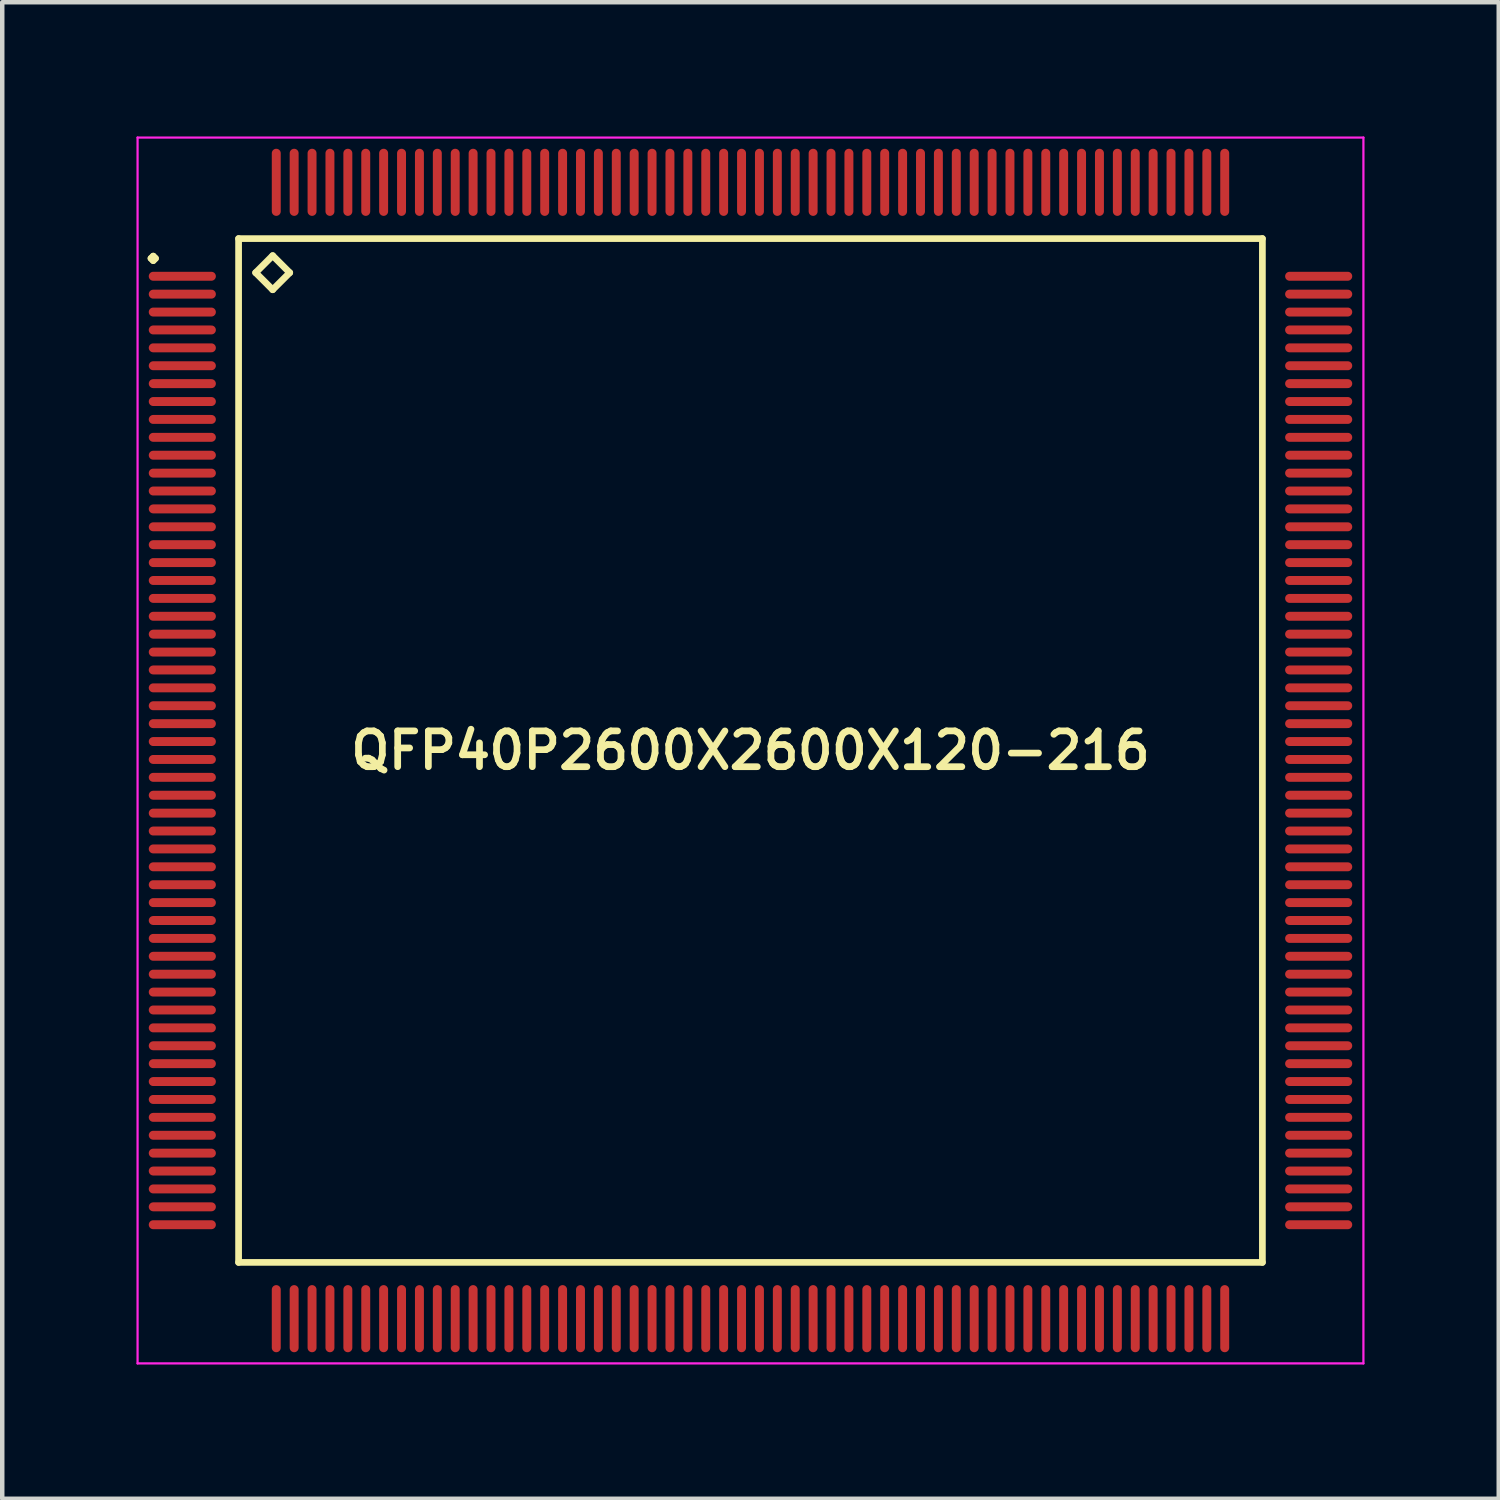
<source format=kicad_pcb>
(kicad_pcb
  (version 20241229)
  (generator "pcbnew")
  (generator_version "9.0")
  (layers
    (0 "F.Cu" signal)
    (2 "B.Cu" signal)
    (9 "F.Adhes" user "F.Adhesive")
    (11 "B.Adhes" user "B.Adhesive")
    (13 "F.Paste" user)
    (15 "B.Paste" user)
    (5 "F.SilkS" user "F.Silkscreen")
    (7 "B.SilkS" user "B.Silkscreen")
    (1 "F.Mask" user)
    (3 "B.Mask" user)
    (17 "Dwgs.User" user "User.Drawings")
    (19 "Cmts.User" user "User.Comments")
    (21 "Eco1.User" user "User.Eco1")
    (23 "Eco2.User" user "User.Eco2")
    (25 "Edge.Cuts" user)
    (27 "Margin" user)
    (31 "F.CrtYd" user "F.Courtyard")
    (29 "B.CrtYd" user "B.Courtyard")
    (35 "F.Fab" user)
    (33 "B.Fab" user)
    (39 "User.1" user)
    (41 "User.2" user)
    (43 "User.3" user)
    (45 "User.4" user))
  (footprint "QFP40P2600X2600X120-216"
    (layer "F.Cu")
    (at 13.725 13.725)
    (property "Reference" "QFP40P2600X2600X120-216" (at 0 0 0) (layer "F.SilkS") (effects (font (size 0.8 0.8) (thickness 0.15))))
    (attr smd)
    (fp_line (start -13.4 -11) (end -13.35 -11.05) (stroke (width 0.15) (type solid)) (layer "F.SilkS"))
    (fp_line (start -13.35 -11.05) (end -13.3 -11) (stroke (width 0.15) (type solid)) (layer "F.SilkS"))
    (fp_line (start -13.35 -10.95) (end -13.4 -11) (stroke (width 0.15) (type solid)) (layer "F.SilkS"))
    (fp_line (start -13.3 -11) (end -13.35 -10.95) (stroke (width 0.15) (type solid)) (layer "F.SilkS"))
    (fp_line (start -11.442 -11.442) (end -11.442 11.442) (stroke (width 0.15) (type solid)) (layer "F.SilkS"))
    (fp_line (start -11.442 11.442) (end 11.442 11.442) (stroke (width 0.15) (type solid)) (layer "F.SilkS"))
    (fp_line (start -11.061 -10.68) (end -10.68 -11.061) (stroke (width 0.15) (type solid)) (layer "F.SilkS"))
    (fp_line (start -10.68 -11.061) (end -10.299 -10.68) (stroke (width 0.15) (type solid)) (layer "F.SilkS"))
    (fp_line (start -10.68 -10.299) (end -11.061 -10.68) (stroke (width 0.15) (type solid)) (layer "F.SilkS"))
    (fp_line (start -10.299 -10.68) (end -10.68 -10.299) (stroke (width 0.15) (type solid)) (layer "F.SilkS"))
    (fp_line (start 11.442 -11.442) (end -11.442 -11.442) (stroke (width 0.15) (type solid)) (layer "F.SilkS"))
    (fp_line (start 11.442 11.442) (end 11.442 -11.442) (stroke (width 0.15) (type solid)) (layer "F.SilkS"))
    (fp_line (start -13.7 -13.7) (end 13.7 -13.7) (stroke (width 0.05) (type solid)) (layer "F.CrtYd"))
    (fp_line (start -13.7 13.7) (end -13.7 -13.7) (stroke (width 0.05) (type solid)) (layer "F.CrtYd"))
    (fp_line (start 13.7 -13.7) (end 13.7 13.7) (stroke (width 0.05) (type solid)) (layer "F.CrtYd"))
    (fp_line (start 13.7 13.7) (end -13.7 13.7) (stroke (width 0.05) (type solid)) (layer "F.CrtYd"))
    (pad "1" smd oval (at -12.7 -10.6) (size 1.5 0.2) (layers "F.Cu" "F.Mask" "F.Paste"))
    (pad "2" smd oval (at -12.7 -10.2) (size 1.5 0.2) (layers "F.Cu" "F.Mask" "F.Paste"))
    (pad "3" smd oval (at -12.7 -9.8) (size 1.5 0.2) (layers "F.Cu" "F.Mask" "F.Paste"))
    (pad "4" smd oval (at -12.7 -9.4) (size 1.5 0.2) (layers "F.Cu" "F.Mask" "F.Paste"))
    (pad "5" smd oval (at -12.7 -9) (size 1.5 0.2) (layers "F.Cu" "F.Mask" "F.Paste"))
    (pad "6" smd oval (at -12.7 -8.6) (size 1.5 0.2) (layers "F.Cu" "F.Mask" "F.Paste"))
    (pad "7" smd oval (at -12.7 -8.2) (size 1.5 0.2) (layers "F.Cu" "F.Mask" "F.Paste"))
    (pad "8" smd oval (at -12.7 -7.8) (size 1.5 0.2) (layers "F.Cu" "F.Mask" "F.Paste"))
    (pad "9" smd oval (at -12.7 -7.4) (size 1.5 0.2) (layers "F.Cu" "F.Mask" "F.Paste"))
    (pad "10" smd oval (at -12.7 -7) (size 1.5 0.2) (layers "F.Cu" "F.Mask" "F.Paste"))
    (pad "11" smd oval (at -12.7 -6.6) (size 1.5 0.2) (layers "F.Cu" "F.Mask" "F.Paste"))
    (pad "12" smd oval (at -12.7 -6.2) (size 1.5 0.2) (layers "F.Cu" "F.Mask" "F.Paste"))
    (pad "13" smd oval (at -12.7 -5.8) (size 1.5 0.2) (layers "F.Cu" "F.Mask" "F.Paste"))
    (pad "14" smd oval (at -12.7 -5.4) (size 1.5 0.2) (layers "F.Cu" "F.Mask" "F.Paste"))
    (pad "15" smd oval (at -12.7 -5) (size 1.5 0.2) (layers "F.Cu" "F.Mask" "F.Paste"))
    (pad "16" smd oval (at -12.7 -4.6) (size 1.5 0.2) (layers "F.Cu" "F.Mask" "F.Paste"))
    (pad "17" smd oval (at -12.7 -4.2) (size 1.5 0.2) (layers "F.Cu" "F.Mask" "F.Paste"))
    (pad "18" smd oval (at -12.7 -3.8) (size 1.5 0.2) (layers "F.Cu" "F.Mask" "F.Paste"))
    (pad "19" smd oval (at -12.7 -3.4) (size 1.5 0.2) (layers "F.Cu" "F.Mask" "F.Paste"))
    (pad "20" smd oval (at -12.7 -3) (size 1.5 0.2) (layers "F.Cu" "F.Mask" "F.Paste"))
    (pad "21" smd oval (at -12.7 -2.6) (size 1.5 0.2) (layers "F.Cu" "F.Mask" "F.Paste"))
    (pad "22" smd oval (at -12.7 -2.2) (size 1.5 0.2) (layers "F.Cu" "F.Mask" "F.Paste"))
    (pad "23" smd oval (at -12.7 -1.8) (size 1.5 0.2) (layers "F.Cu" "F.Mask" "F.Paste"))
    (pad "24" smd oval (at -12.7 -1.4) (size 1.5 0.2) (layers "F.Cu" "F.Mask" "F.Paste"))
    (pad "25" smd oval (at -12.7 -1) (size 1.5 0.2) (layers "F.Cu" "F.Mask" "F.Paste"))
    (pad "26" smd oval (at -12.7 -0.6) (size 1.5 0.2) (layers "F.Cu" "F.Mask" "F.Paste"))
    (pad "27" smd oval (at -12.7 -0.2) (size 1.5 0.2) (layers "F.Cu" "F.Mask" "F.Paste"))
    (pad "28" smd oval (at -12.7 0.2) (size 1.5 0.2) (layers "F.Cu" "F.Mask" "F.Paste"))
    (pad "29" smd oval (at -12.7 0.6) (size 1.5 0.2) (layers "F.Cu" "F.Mask" "F.Paste"))
    (pad "30" smd oval (at -12.7 1) (size 1.5 0.2) (layers "F.Cu" "F.Mask" "F.Paste"))
    (pad "31" smd oval (at -12.7 1.4) (size 1.5 0.2) (layers "F.Cu" "F.Mask" "F.Paste"))
    (pad "32" smd oval (at -12.7 1.8) (size 1.5 0.2) (layers "F.Cu" "F.Mask" "F.Paste"))
    (pad "33" smd oval (at -12.7 2.2) (size 1.5 0.2) (layers "F.Cu" "F.Mask" "F.Paste"))
    (pad "34" smd oval (at -12.7 2.6) (size 1.5 0.2) (layers "F.Cu" "F.Mask" "F.Paste"))
    (pad "35" smd oval (at -12.7 3) (size 1.5 0.2) (layers "F.Cu" "F.Mask" "F.Paste"))
    (pad "36" smd oval (at -12.7 3.4) (size 1.5 0.2) (layers "F.Cu" "F.Mask" "F.Paste"))
    (pad "37" smd oval (at -12.7 3.8) (size 1.5 0.2) (layers "F.Cu" "F.Mask" "F.Paste"))
    (pad "38" smd oval (at -12.7 4.2) (size 1.5 0.2) (layers "F.Cu" "F.Mask" "F.Paste"))
    (pad "39" smd oval (at -12.7 4.6) (size 1.5 0.2) (layers "F.Cu" "F.Mask" "F.Paste"))
    (pad "40" smd oval (at -12.7 5) (size 1.5 0.2) (layers "F.Cu" "F.Mask" "F.Paste"))
    (pad "41" smd oval (at -12.7 5.4) (size 1.5 0.2) (layers "F.Cu" "F.Mask" "F.Paste"))
    (pad "42" smd oval (at -12.7 5.8) (size 1.5 0.2) (layers "F.Cu" "F.Mask" "F.Paste"))
    (pad "43" smd oval (at -12.7 6.2) (size 1.5 0.2) (layers "F.Cu" "F.Mask" "F.Paste"))
    (pad "44" smd oval (at -12.7 6.6) (size 1.5 0.2) (layers "F.Cu" "F.Mask" "F.Paste"))
    (pad "45" smd oval (at -12.7 7) (size 1.5 0.2) (layers "F.Cu" "F.Mask" "F.Paste"))
    (pad "46" smd oval (at -12.7 7.4) (size 1.5 0.2) (layers "F.Cu" "F.Mask" "F.Paste"))
    (pad "47" smd oval (at -12.7 7.8) (size 1.5 0.2) (layers "F.Cu" "F.Mask" "F.Paste"))
    (pad "48" smd oval (at -12.7 8.2) (size 1.5 0.2) (layers "F.Cu" "F.Mask" "F.Paste"))
    (pad "49" smd oval (at -12.7 8.6) (size 1.5 0.2) (layers "F.Cu" "F.Mask" "F.Paste"))
    (pad "50" smd oval (at -12.7 9) (size 1.5 0.2) (layers "F.Cu" "F.Mask" "F.Paste"))
    (pad "51" smd oval (at -12.7 9.4) (size 1.5 0.2) (layers "F.Cu" "F.Mask" "F.Paste"))
    (pad "52" smd oval (at -12.7 9.8) (size 1.5 0.2) (layers "F.Cu" "F.Mask" "F.Paste"))
    (pad "53" smd oval (at -12.7 10.2) (size 1.5 0.2) (layers "F.Cu" "F.Mask" "F.Paste"))
    (pad "54" smd oval (at -12.7 10.6) (size 1.5 0.2) (layers "F.Cu" "F.Mask" "F.Paste"))
    (pad "55" smd oval (at -10.6 12.7) (size 0.2 1.5) (layers "F.Cu" "F.Mask" "F.Paste"))
    (pad "56" smd oval (at -10.2 12.7) (size 0.2 1.5) (layers "F.Cu" "F.Mask" "F.Paste"))
    (pad "57" smd oval (at -9.8 12.7) (size 0.2 1.5) (layers "F.Cu" "F.Mask" "F.Paste"))
    (pad "58" smd oval (at -9.4 12.7) (size 0.2 1.5) (layers "F.Cu" "F.Mask" "F.Paste"))
    (pad "59" smd oval (at -9 12.7) (size 0.2 1.5) (layers "F.Cu" "F.Mask" "F.Paste"))
    (pad "60" smd oval (at -8.6 12.7) (size 0.2 1.5) (layers "F.Cu" "F.Mask" "F.Paste"))
    (pad "61" smd oval (at -8.2 12.7) (size 0.2 1.5) (layers "F.Cu" "F.Mask" "F.Paste"))
    (pad "62" smd oval (at -7.8 12.7) (size 0.2 1.5) (layers "F.Cu" "F.Mask" "F.Paste"))
    (pad "63" smd oval (at -7.4 12.7) (size 0.2 1.5) (layers "F.Cu" "F.Mask" "F.Paste"))
    (pad "64" smd oval (at -7 12.7) (size 0.2 1.5) (layers "F.Cu" "F.Mask" "F.Paste"))
    (pad "65" smd oval (at -6.6 12.7) (size 0.2 1.5) (layers "F.Cu" "F.Mask" "F.Paste"))
    (pad "66" smd oval (at -6.2 12.7) (size 0.2 1.5) (layers "F.Cu" "F.Mask" "F.Paste"))
    (pad "67" smd oval (at -5.8 12.7) (size 0.2 1.5) (layers "F.Cu" "F.Mask" "F.Paste"))
    (pad "68" smd oval (at -5.4 12.7) (size 0.2 1.5) (layers "F.Cu" "F.Mask" "F.Paste"))
    (pad "69" smd oval (at -5 12.7) (size 0.2 1.5) (layers "F.Cu" "F.Mask" "F.Paste"))
    (pad "70" smd oval (at -4.6 12.7) (size 0.2 1.5) (layers "F.Cu" "F.Mask" "F.Paste"))
    (pad "71" smd oval (at -4.2 12.7) (size 0.2 1.5) (layers "F.Cu" "F.Mask" "F.Paste"))
    (pad "72" smd oval (at -3.8 12.7) (size 0.2 1.5) (layers "F.Cu" "F.Mask" "F.Paste"))
    (pad "73" smd oval (at -3.4 12.7) (size 0.2 1.5) (layers "F.Cu" "F.Mask" "F.Paste"))
    (pad "74" smd oval (at -3 12.7) (size 0.2 1.5) (layers "F.Cu" "F.Mask" "F.Paste"))
    (pad "75" smd oval (at -2.6 12.7) (size 0.2 1.5) (layers "F.Cu" "F.Mask" "F.Paste"))
    (pad "76" smd oval (at -2.2 12.7) (size 0.2 1.5) (layers "F.Cu" "F.Mask" "F.Paste"))
    (pad "77" smd oval (at -1.8 12.7) (size 0.2 1.5) (layers "F.Cu" "F.Mask" "F.Paste"))
    (pad "78" smd oval (at -1.4 12.7) (size 0.2 1.5) (layers "F.Cu" "F.Mask" "F.Paste"))
    (pad "79" smd oval (at -1 12.7) (size 0.2 1.5) (layers "F.Cu" "F.Mask" "F.Paste"))
    (pad "80" smd oval (at -0.6 12.7) (size 0.2 1.5) (layers "F.Cu" "F.Mask" "F.Paste"))
    (pad "81" smd oval (at -0.2 12.7) (size 0.2 1.5) (layers "F.Cu" "F.Mask" "F.Paste"))
    (pad "82" smd oval (at 0.2 12.7) (size 0.2 1.5) (layers "F.Cu" "F.Mask" "F.Paste"))
    (pad "83" smd oval (at 0.6 12.7) (size 0.2 1.5) (layers "F.Cu" "F.Mask" "F.Paste"))
    (pad "84" smd oval (at 1 12.7) (size 0.2 1.5) (layers "F.Cu" "F.Mask" "F.Paste"))
    (pad "85" smd oval (at 1.4 12.7) (size 0.2 1.5) (layers "F.Cu" "F.Mask" "F.Paste"))
    (pad "86" smd oval (at 1.8 12.7) (size 0.2 1.5) (layers "F.Cu" "F.Mask" "F.Paste"))
    (pad "87" smd oval (at 2.2 12.7) (size 0.2 1.5) (layers "F.Cu" "F.Mask" "F.Paste"))
    (pad "88" smd oval (at 2.6 12.7) (size 0.2 1.5) (layers "F.Cu" "F.Mask" "F.Paste"))
    (pad "89" smd oval (at 3 12.7) (size 0.2 1.5) (layers "F.Cu" "F.Mask" "F.Paste"))
    (pad "90" smd oval (at 3.4 12.7) (size 0.2 1.5) (layers "F.Cu" "F.Mask" "F.Paste"))
    (pad "91" smd oval (at 3.8 12.7) (size 0.2 1.5) (layers "F.Cu" "F.Mask" "F.Paste"))
    (pad "92" smd oval (at 4.2 12.7) (size 0.2 1.5) (layers "F.Cu" "F.Mask" "F.Paste"))
    (pad "93" smd oval (at 4.6 12.7) (size 0.2 1.5) (layers "F.Cu" "F.Mask" "F.Paste"))
    (pad "94" smd oval (at 5 12.7) (size 0.2 1.5) (layers "F.Cu" "F.Mask" "F.Paste"))
    (pad "95" smd oval (at 5.4 12.7) (size 0.2 1.5) (layers "F.Cu" "F.Mask" "F.Paste"))
    (pad "96" smd oval (at 5.8 12.7) (size 0.2 1.5) (layers "F.Cu" "F.Mask" "F.Paste"))
    (pad "97" smd oval (at 6.2 12.7) (size 0.2 1.5) (layers "F.Cu" "F.Mask" "F.Paste"))
    (pad "98" smd oval (at 6.6 12.7) (size 0.2 1.5) (layers "F.Cu" "F.Mask" "F.Paste"))
    (pad "99" smd oval (at 7 12.7) (size 0.2 1.5) (layers "F.Cu" "F.Mask" "F.Paste"))
    (pad "100" smd oval (at 7.4 12.7) (size 0.2 1.5) (layers "F.Cu" "F.Mask" "F.Paste"))
    (pad "101" smd oval (at 7.8 12.7) (size 0.2 1.5) (layers "F.Cu" "F.Mask" "F.Paste"))
    (pad "102" smd oval (at 8.2 12.7) (size 0.2 1.5) (layers "F.Cu" "F.Mask" "F.Paste"))
    (pad "103" smd oval (at 8.6 12.7) (size 0.2 1.5) (layers "F.Cu" "F.Mask" "F.Paste"))
    (pad "104" smd oval (at 9 12.7) (size 0.2 1.5) (layers "F.Cu" "F.Mask" "F.Paste"))
    (pad "105" smd oval (at 9.4 12.7) (size 0.2 1.5) (layers "F.Cu" "F.Mask" "F.Paste"))
    (pad "106" smd oval (at 9.8 12.7) (size 0.2 1.5) (layers "F.Cu" "F.Mask" "F.Paste"))
    (pad "107" smd oval (at 10.2 12.7) (size 0.2 1.5) (layers "F.Cu" "F.Mask" "F.Paste"))
    (pad "108" smd oval (at 10.6 12.7) (size 0.2 1.5) (layers "F.Cu" "F.Mask" "F.Paste"))
    (pad "109" smd oval (at 12.7 10.6) (size 1.5 0.2) (layers "F.Cu" "F.Mask" "F.Paste"))
    (pad "110" smd oval (at 12.7 10.2) (size 1.5 0.2) (layers "F.Cu" "F.Mask" "F.Paste"))
    (pad "111" smd oval (at 12.7 9.8) (size 1.5 0.2) (layers "F.Cu" "F.Mask" "F.Paste"))
    (pad "112" smd oval (at 12.7 9.4) (size 1.5 0.2) (layers "F.Cu" "F.Mask" "F.Paste"))
    (pad "113" smd oval (at 12.7 9) (size 1.5 0.2) (layers "F.Cu" "F.Mask" "F.Paste"))
    (pad "114" smd oval (at 12.7 8.6) (size 1.5 0.2) (layers "F.Cu" "F.Mask" "F.Paste"))
    (pad "115" smd oval (at 12.7 8.2) (size 1.5 0.2) (layers "F.Cu" "F.Mask" "F.Paste"))
    (pad "116" smd oval (at 12.7 7.8) (size 1.5 0.2) (layers "F.Cu" "F.Mask" "F.Paste"))
    (pad "117" smd oval (at 12.7 7.4) (size 1.5 0.2) (layers "F.Cu" "F.Mask" "F.Paste"))
    (pad "118" smd oval (at 12.7 7) (size 1.5 0.2) (layers "F.Cu" "F.Mask" "F.Paste"))
    (pad "119" smd oval (at 12.7 6.6) (size 1.5 0.2) (layers "F.Cu" "F.Mask" "F.Paste"))
    (pad "120" smd oval (at 12.7 6.2) (size 1.5 0.2) (layers "F.Cu" "F.Mask" "F.Paste"))
    (pad "121" smd oval (at 12.7 5.8) (size 1.5 0.2) (layers "F.Cu" "F.Mask" "F.Paste"))
    (pad "122" smd oval (at 12.7 5.4) (size 1.5 0.2) (layers "F.Cu" "F.Mask" "F.Paste"))
    (pad "123" smd oval (at 12.7 5) (size 1.5 0.2) (layers "F.Cu" "F.Mask" "F.Paste"))
    (pad "124" smd oval (at 12.7 4.6) (size 1.5 0.2) (layers "F.Cu" "F.Mask" "F.Paste"))
    (pad "125" smd oval (at 12.7 4.2) (size 1.5 0.2) (layers "F.Cu" "F.Mask" "F.Paste"))
    (pad "126" smd oval (at 12.7 3.8) (size 1.5 0.2) (layers "F.Cu" "F.Mask" "F.Paste"))
    (pad "127" smd oval (at 12.7 3.4) (size 1.5 0.2) (layers "F.Cu" "F.Mask" "F.Paste"))
    (pad "128" smd oval (at 12.7 3) (size 1.5 0.2) (layers "F.Cu" "F.Mask" "F.Paste"))
    (pad "129" smd oval (at 12.7 2.6) (size 1.5 0.2) (layers "F.Cu" "F.Mask" "F.Paste"))
    (pad "130" smd oval (at 12.7 2.2) (size 1.5 0.2) (layers "F.Cu" "F.Mask" "F.Paste"))
    (pad "131" smd oval (at 12.7 1.8) (size 1.5 0.2) (layers "F.Cu" "F.Mask" "F.Paste"))
    (pad "132" smd oval (at 12.7 1.4) (size 1.5 0.2) (layers "F.Cu" "F.Mask" "F.Paste"))
    (pad "133" smd oval (at 12.7 1) (size 1.5 0.2) (layers "F.Cu" "F.Mask" "F.Paste"))
    (pad "134" smd oval (at 12.7 0.6) (size 1.5 0.2) (layers "F.Cu" "F.Mask" "F.Paste"))
    (pad "135" smd oval (at 12.7 0.2) (size 1.5 0.2) (layers "F.Cu" "F.Mask" "F.Paste"))
    (pad "136" smd oval (at 12.7 -0.2) (size 1.5 0.2) (layers "F.Cu" "F.Mask" "F.Paste"))
    (pad "137" smd oval (at 12.7 -0.6) (size 1.5 0.2) (layers "F.Cu" "F.Mask" "F.Paste"))
    (pad "138" smd oval (at 12.7 -1) (size 1.5 0.2) (layers "F.Cu" "F.Mask" "F.Paste"))
    (pad "139" smd oval (at 12.7 -1.4) (size 1.5 0.2) (layers "F.Cu" "F.Mask" "F.Paste"))
    (pad "140" smd oval (at 12.7 -1.8) (size 1.5 0.2) (layers "F.Cu" "F.Mask" "F.Paste"))
    (pad "141" smd oval (at 12.7 -2.2) (size 1.5 0.2) (layers "F.Cu" "F.Mask" "F.Paste"))
    (pad "142" smd oval (at 12.7 -2.6) (size 1.5 0.2) (layers "F.Cu" "F.Mask" "F.Paste"))
    (pad "143" smd oval (at 12.7 -3) (size 1.5 0.2) (layers "F.Cu" "F.Mask" "F.Paste"))
    (pad "144" smd oval (at 12.7 -3.4) (size 1.5 0.2) (layers "F.Cu" "F.Mask" "F.Paste"))
    (pad "145" smd oval (at 12.7 -3.8) (size 1.5 0.2) (layers "F.Cu" "F.Mask" "F.Paste"))
    (pad "146" smd oval (at 12.7 -4.2) (size 1.5 0.2) (layers "F.Cu" "F.Mask" "F.Paste"))
    (pad "147" smd oval (at 12.7 -4.6) (size 1.5 0.2) (layers "F.Cu" "F.Mask" "F.Paste"))
    (pad "148" smd oval (at 12.7 -5) (size 1.5 0.2) (layers "F.Cu" "F.Mask" "F.Paste"))
    (pad "149" smd oval (at 12.7 -5.4) (size 1.5 0.2) (layers "F.Cu" "F.Mask" "F.Paste"))
    (pad "150" smd oval (at 12.7 -5.8) (size 1.5 0.2) (layers "F.Cu" "F.Mask" "F.Paste"))
    (pad "151" smd oval (at 12.7 -6.2) (size 1.5 0.2) (layers "F.Cu" "F.Mask" "F.Paste"))
    (pad "152" smd oval (at 12.7 -6.6) (size 1.5 0.2) (layers "F.Cu" "F.Mask" "F.Paste"))
    (pad "153" smd oval (at 12.7 -7) (size 1.5 0.2) (layers "F.Cu" "F.Mask" "F.Paste"))
    (pad "154" smd oval (at 12.7 -7.4) (size 1.5 0.2) (layers "F.Cu" "F.Mask" "F.Paste"))
    (pad "155" smd oval (at 12.7 -7.8) (size 1.5 0.2) (layers "F.Cu" "F.Mask" "F.Paste"))
    (pad "156" smd oval (at 12.7 -8.2) (size 1.5 0.2) (layers "F.Cu" "F.Mask" "F.Paste"))
    (pad "157" smd oval (at 12.7 -8.6) (size 1.5 0.2) (layers "F.Cu" "F.Mask" "F.Paste"))
    (pad "158" smd oval (at 12.7 -9) (size 1.5 0.2) (layers "F.Cu" "F.Mask" "F.Paste"))
    (pad "159" smd oval (at 12.7 -9.4) (size 1.5 0.2) (layers "F.Cu" "F.Mask" "F.Paste"))
    (pad "160" smd oval (at 12.7 -9.8) (size 1.5 0.2) (layers "F.Cu" "F.Mask" "F.Paste"))
    (pad "161" smd oval (at 12.7 -10.2) (size 1.5 0.2) (layers "F.Cu" "F.Mask" "F.Paste"))
    (pad "162" smd oval (at 12.7 -10.6) (size 1.5 0.2) (layers "F.Cu" "F.Mask" "F.Paste"))
    (pad "163" smd oval (at 10.6 -12.7) (size 0.2 1.5) (layers "F.Cu" "F.Mask" "F.Paste"))
    (pad "164" smd oval (at 10.2 -12.7) (size 0.2 1.5) (layers "F.Cu" "F.Mask" "F.Paste"))
    (pad "165" smd oval (at 9.8 -12.7) (size 0.2 1.5) (layers "F.Cu" "F.Mask" "F.Paste"))
    (pad "166" smd oval (at 9.4 -12.7) (size 0.2 1.5) (layers "F.Cu" "F.Mask" "F.Paste"))
    (pad "167" smd oval (at 9 -12.7) (size 0.2 1.5) (layers "F.Cu" "F.Mask" "F.Paste"))
    (pad "168" smd oval (at 8.6 -12.7) (size 0.2 1.5) (layers "F.Cu" "F.Mask" "F.Paste"))
    (pad "169" smd oval (at 8.2 -12.7) (size 0.2 1.5) (layers "F.Cu" "F.Mask" "F.Paste"))
    (pad "170" smd oval (at 7.8 -12.7) (size 0.2 1.5) (layers "F.Cu" "F.Mask" "F.Paste"))
    (pad "171" smd oval (at 7.4 -12.7) (size 0.2 1.5) (layers "F.Cu" "F.Mask" "F.Paste"))
    (pad "172" smd oval (at 7 -12.7) (size 0.2 1.5) (layers "F.Cu" "F.Mask" "F.Paste"))
    (pad "173" smd oval (at 6.6 -12.7) (size 0.2 1.5) (layers "F.Cu" "F.Mask" "F.Paste"))
    (pad "174" smd oval (at 6.2 -12.7) (size 0.2 1.5) (layers "F.Cu" "F.Mask" "F.Paste"))
    (pad "175" smd oval (at 5.8 -12.7) (size 0.2 1.5) (layers "F.Cu" "F.Mask" "F.Paste"))
    (pad "176" smd oval (at 5.4 -12.7) (size 0.2 1.5) (layers "F.Cu" "F.Mask" "F.Paste"))
    (pad "177" smd oval (at 5 -12.7) (size 0.2 1.5) (layers "F.Cu" "F.Mask" "F.Paste"))
    (pad "178" smd oval (at 4.6 -12.7) (size 0.2 1.5) (layers "F.Cu" "F.Mask" "F.Paste"))
    (pad "179" smd oval (at 4.2 -12.7) (size 0.2 1.5) (layers "F.Cu" "F.Mask" "F.Paste"))
    (pad "180" smd oval (at 3.8 -12.7) (size 0.2 1.5) (layers "F.Cu" "F.Mask" "F.Paste"))
    (pad "181" smd oval (at 3.4 -12.7) (size 0.2 1.5) (layers "F.Cu" "F.Mask" "F.Paste"))
    (pad "182" smd oval (at 3 -12.7) (size 0.2 1.5) (layers "F.Cu" "F.Mask" "F.Paste"))
    (pad "183" smd oval (at 2.6 -12.7) (size 0.2 1.5) (layers "F.Cu" "F.Mask" "F.Paste"))
    (pad "184" smd oval (at 2.2 -12.7) (size 0.2 1.5) (layers "F.Cu" "F.Mask" "F.Paste"))
    (pad "185" smd oval (at 1.8 -12.7) (size 0.2 1.5) (layers "F.Cu" "F.Mask" "F.Paste"))
    (pad "186" smd oval (at 1.4 -12.7) (size 0.2 1.5) (layers "F.Cu" "F.Mask" "F.Paste"))
    (pad "187" smd oval (at 1 -12.7) (size 0.2 1.5) (layers "F.Cu" "F.Mask" "F.Paste"))
    (pad "188" smd oval (at 0.6 -12.7) (size 0.2 1.5) (layers "F.Cu" "F.Mask" "F.Paste"))
    (pad "189" smd oval (at 0.2 -12.7) (size 0.2 1.5) (layers "F.Cu" "F.Mask" "F.Paste"))
    (pad "190" smd oval (at -0.2 -12.7) (size 0.2 1.5) (layers "F.Cu" "F.Mask" "F.Paste"))
    (pad "191" smd oval (at -0.6 -12.7) (size 0.2 1.5) (layers "F.Cu" "F.Mask" "F.Paste"))
    (pad "192" smd oval (at -1 -12.7) (size 0.2 1.5) (layers "F.Cu" "F.Mask" "F.Paste"))
    (pad "193" smd oval (at -1.4 -12.7) (size 0.2 1.5) (layers "F.Cu" "F.Mask" "F.Paste"))
    (pad "194" smd oval (at -1.8 -12.7) (size 0.2 1.5) (layers "F.Cu" "F.Mask" "F.Paste"))
    (pad "195" smd oval (at -2.2 -12.7) (size 0.2 1.5) (layers "F.Cu" "F.Mask" "F.Paste"))
    (pad "196" smd oval (at -2.6 -12.7) (size 0.2 1.5) (layers "F.Cu" "F.Mask" "F.Paste"))
    (pad "197" smd oval (at -3 -12.7) (size 0.2 1.5) (layers "F.Cu" "F.Mask" "F.Paste"))
    (pad "198" smd oval (at -3.4 -12.7) (size 0.2 1.5) (layers "F.Cu" "F.Mask" "F.Paste"))
    (pad "199" smd oval (at -3.8 -12.7) (size 0.2 1.5) (layers "F.Cu" "F.Mask" "F.Paste"))
    (pad "200" smd oval (at -4.2 -12.7) (size 0.2 1.5) (layers "F.Cu" "F.Mask" "F.Paste"))
    (pad "201" smd oval (at -4.6 -12.7) (size 0.2 1.5) (layers "F.Cu" "F.Mask" "F.Paste"))
    (pad "202" smd oval (at -5 -12.7) (size 0.2 1.5) (layers "F.Cu" "F.Mask" "F.Paste"))
    (pad "203" smd oval (at -5.4 -12.7) (size 0.2 1.5) (layers "F.Cu" "F.Mask" "F.Paste"))
    (pad "204" smd oval (at -5.8 -12.7) (size 0.2 1.5) (layers "F.Cu" "F.Mask" "F.Paste"))
    (pad "205" smd oval (at -6.2 -12.7) (size 0.2 1.5) (layers "F.Cu" "F.Mask" "F.Paste"))
    (pad "206" smd oval (at -6.6 -12.7) (size 0.2 1.5) (layers "F.Cu" "F.Mask" "F.Paste"))
    (pad "207" smd oval (at -7 -12.7) (size 0.2 1.5) (layers "F.Cu" "F.Mask" "F.Paste"))
    (pad "208" smd oval (at -7.4 -12.7) (size 0.2 1.5) (layers "F.Cu" "F.Mask" "F.Paste"))
    (pad "209" smd oval (at -7.8 -12.7) (size 0.2 1.5) (layers "F.Cu" "F.Mask" "F.Paste"))
    (pad "210" smd oval (at -8.2 -12.7) (size 0.2 1.5) (layers "F.Cu" "F.Mask" "F.Paste"))
    (pad "211" smd oval (at -8.6 -12.7) (size 0.2 1.5) (layers "F.Cu" "F.Mask" "F.Paste"))
    (pad "212" smd oval (at -9 -12.7) (size 0.2 1.5) (layers "F.Cu" "F.Mask" "F.Paste"))
    (pad "213" smd oval (at -9.4 -12.7) (size 0.2 1.5) (layers "F.Cu" "F.Mask" "F.Paste"))
    (pad "214" smd oval (at -9.8 -12.7) (size 0.2 1.5) (layers "F.Cu" "F.Mask" "F.Paste"))
    (pad "215" smd oval (at -10.2 -12.7) (size 0.2 1.5) (layers "F.Cu" "F.Mask" "F.Paste"))
    (pad "216" smd oval (at -10.6 -12.7) (size 0.2 1.5) (layers "F.Cu" "F.Mask" "F.Paste")))
  (gr_rect
    (start -3 -3)
    (end 30.45 30.45)
    (stroke (width 0.1) (type default))
    (fill no)
    (layer "Edge.Cuts")))
</source>
